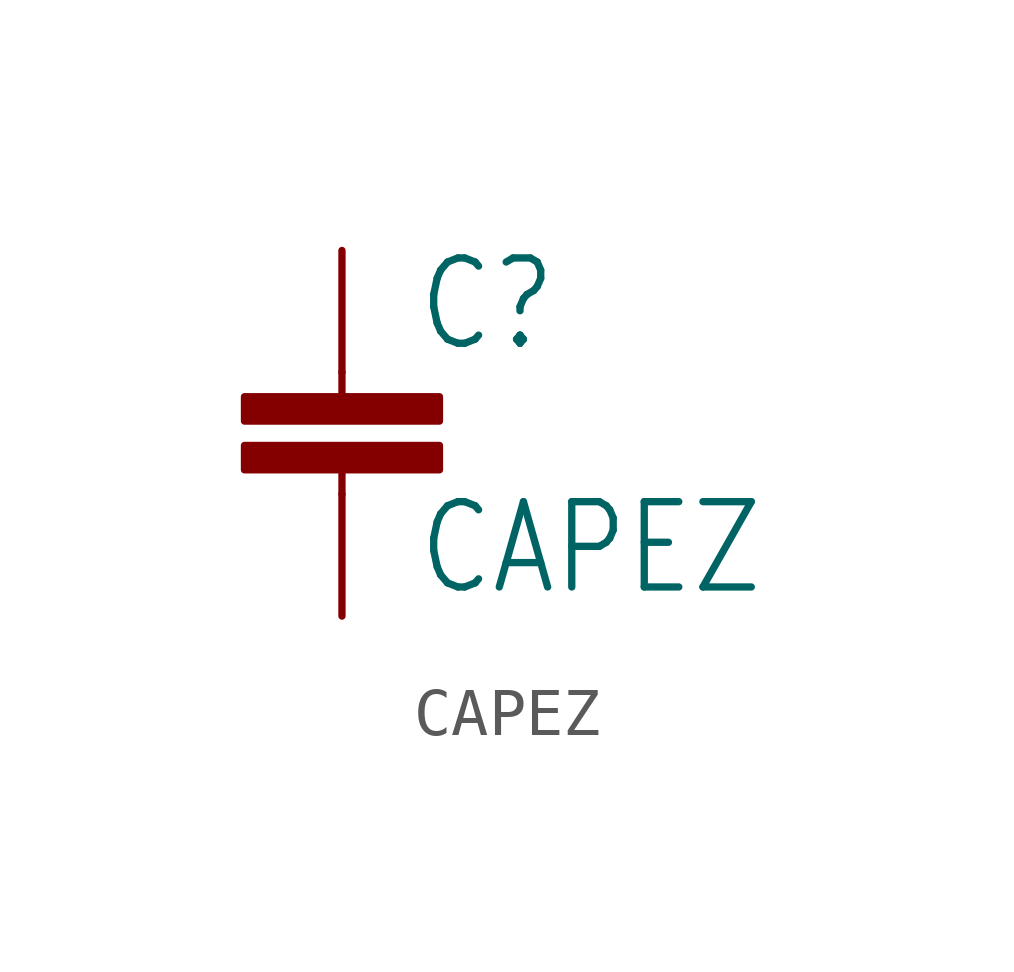
<source format=kicad_sym>
(kicad_symbol_lib
  (version 20220914)
  (generator kicad_symbol_editor)
  (symbol "CAPEZ"
    (property "Reference" "C"
      (at 1.524 2.921 0)
      (effects (font (size 1.778 1.511)) (justify left bottom)))
    (property "Value" "CAPEZ"
      (at 1.524 -2.159 0)
      (effects (font (size 1.778 1.511)) (justify left bottom)))
    (property "ki_locked" ""
      (at 0 0 0)
      (effects (font (size 1.27 1.27))))
    (symbol "CAPEZ_1_0"
      (rectangle (start -2.032 0.508) (end 2.032 1.016) (stroke (width 0) (type default)) (fill (type outline)))
      (rectangle (start -2.032 1.524) (end 2.032 2.032) (stroke (width 0) (type default)) (fill (type outline)))
      (polyline (pts (xy 0 0) (xy 0 0.508)) (stroke (width 0.152) (type default)) (fill (type none)))
      (polyline (pts (xy 0 2.54) (xy 0 2.032)) (stroke (width 0.152) (type default)) (fill (type none)))
      (pin passive line (at 0 5.08 270) (length 2.54) (name "1" (effects (font (size 0 0)))) (number "1" (effects (font (size 0 0)))))
      (pin passive line (at 0 -2.54 90) (length 2.54) (name "2" (effects (font (size 0 0)))) (number "2" (effects (font (size 0 0))))))))
</source>
